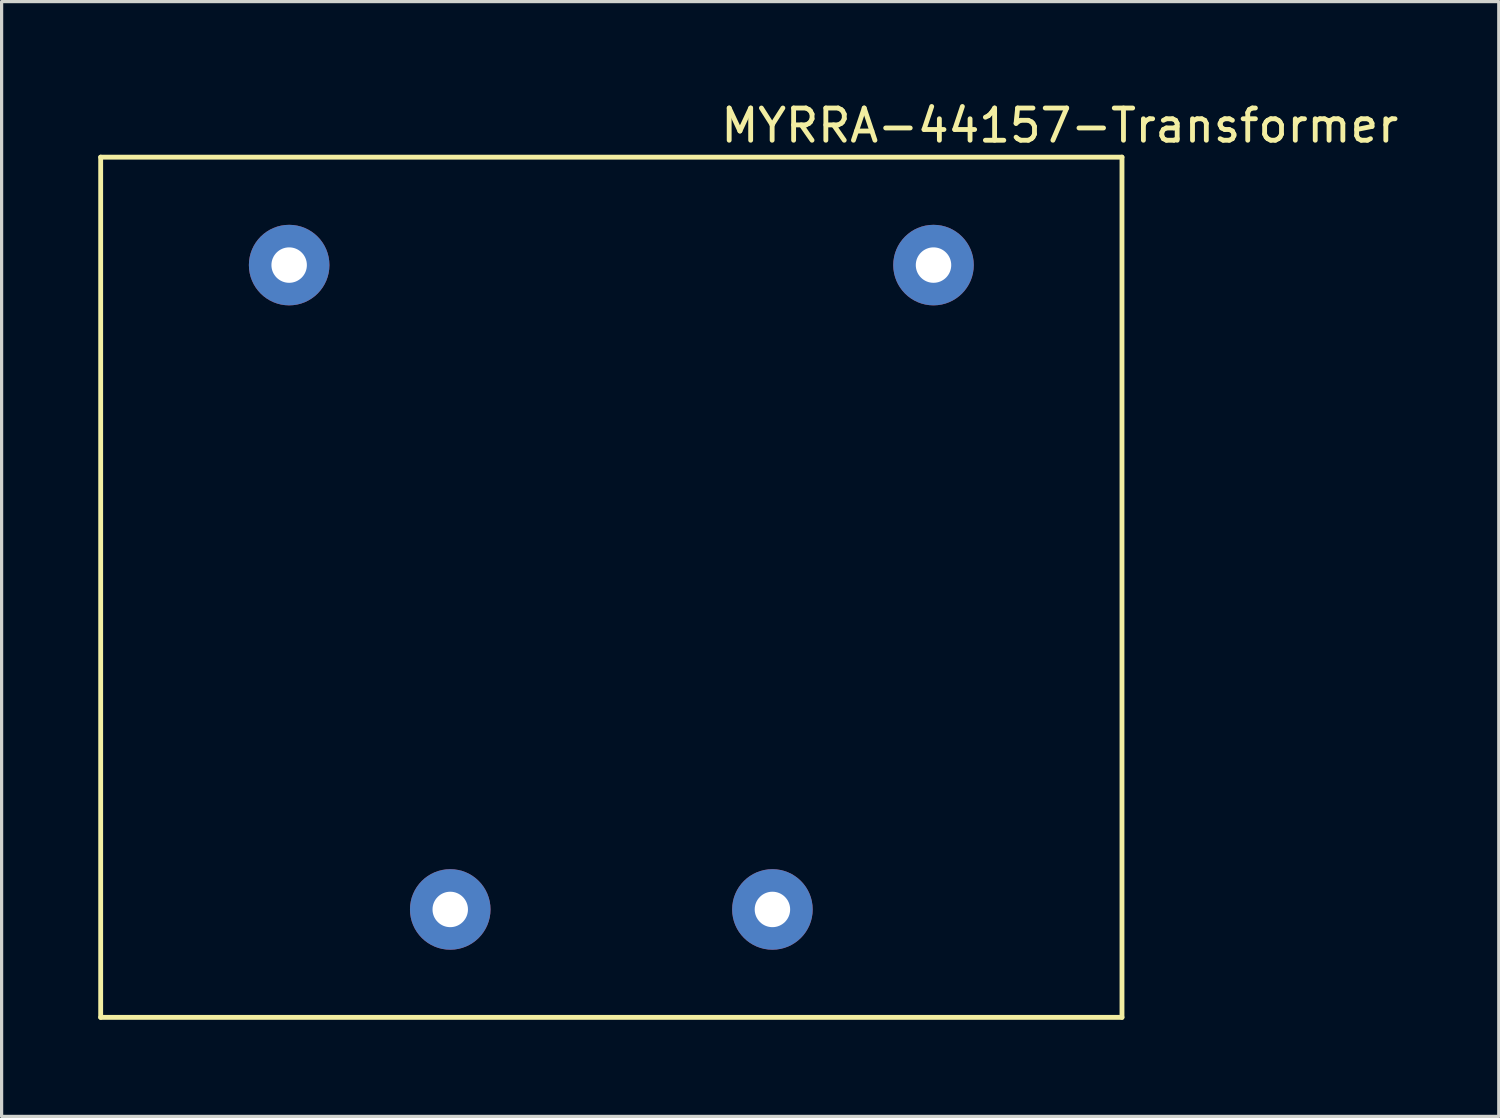
<source format=kicad_pcb>
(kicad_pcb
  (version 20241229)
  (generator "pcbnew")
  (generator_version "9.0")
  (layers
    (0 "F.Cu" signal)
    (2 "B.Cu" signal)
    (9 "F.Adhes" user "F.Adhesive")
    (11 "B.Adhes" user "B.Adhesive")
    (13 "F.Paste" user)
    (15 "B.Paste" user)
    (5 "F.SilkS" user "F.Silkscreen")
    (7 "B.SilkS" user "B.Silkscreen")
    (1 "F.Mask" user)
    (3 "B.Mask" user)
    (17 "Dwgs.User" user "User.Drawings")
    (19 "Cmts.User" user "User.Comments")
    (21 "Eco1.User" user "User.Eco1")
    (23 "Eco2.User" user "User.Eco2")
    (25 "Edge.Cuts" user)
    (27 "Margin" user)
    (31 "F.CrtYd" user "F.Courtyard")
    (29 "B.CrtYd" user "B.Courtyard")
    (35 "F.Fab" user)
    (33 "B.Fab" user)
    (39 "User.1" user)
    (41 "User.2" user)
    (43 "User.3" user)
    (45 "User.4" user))
  (footprint "MYRRA-44157-Transformer"
    (layer "F.Cu")
    (at 15.925 15.178)
    (property "Reference" "MYRRA-44157-Transformer" (at 13.92 -14.33 0) (layer "F.SilkS") (effects (font (size 1 1) (thickness 0.15))))
    (attr through_hole)
    (fp_line (start -15.85 -13.35) (end 15.85 -13.35) (stroke (width 0.15) (type solid)) (layer "F.SilkS"))
    (fp_line (start -15.85 13.35) (end -15.85 -13.35) (stroke (width 0.15) (type solid)) (layer "F.SilkS"))
    (fp_line (start 15.85 -13.35) (end 15.85 13.35) (stroke (width 0.15) (type solid)) (layer "F.SilkS"))
    (fp_line (start 15.85 13.35) (end -15.85 13.35) (stroke (width 0.15) (type solid)) (layer "F.SilkS"))
    (pad "1" thru_hole circle (at 10 -10) (size 2.5 2.5) (drill 1.1) (layers "*.Cu" "*.Mask"))
    (pad "5" thru_hole circle (at -10 -10) (size 2.5 2.5) (drill 1.1) (layers "*.Cu" "*.Mask"))
    (pad "7" thru_hole circle (at -5 10) (size 2.5 2.5) (drill 1.1) (layers "*.Cu" "*.Mask"))
    (pad "9" thru_hole circle (at 5 10) (size 2.5 2.5) (drill 1.1) (layers "*.Cu" "*.Mask")))
  (gr_rect
    (start -3 -3)
    (end 43.47 31.603)
    (stroke (width 0.1) (type default))
    (fill no)
    (layer "Edge.Cuts")))
</source>
